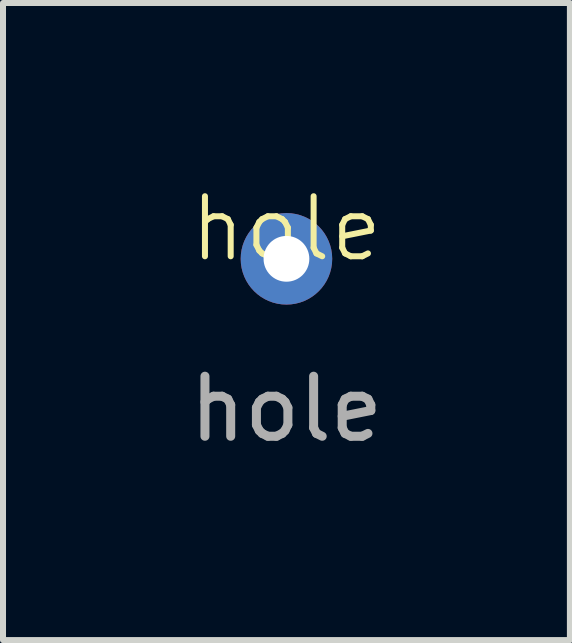
<source format=kicad_pcb>
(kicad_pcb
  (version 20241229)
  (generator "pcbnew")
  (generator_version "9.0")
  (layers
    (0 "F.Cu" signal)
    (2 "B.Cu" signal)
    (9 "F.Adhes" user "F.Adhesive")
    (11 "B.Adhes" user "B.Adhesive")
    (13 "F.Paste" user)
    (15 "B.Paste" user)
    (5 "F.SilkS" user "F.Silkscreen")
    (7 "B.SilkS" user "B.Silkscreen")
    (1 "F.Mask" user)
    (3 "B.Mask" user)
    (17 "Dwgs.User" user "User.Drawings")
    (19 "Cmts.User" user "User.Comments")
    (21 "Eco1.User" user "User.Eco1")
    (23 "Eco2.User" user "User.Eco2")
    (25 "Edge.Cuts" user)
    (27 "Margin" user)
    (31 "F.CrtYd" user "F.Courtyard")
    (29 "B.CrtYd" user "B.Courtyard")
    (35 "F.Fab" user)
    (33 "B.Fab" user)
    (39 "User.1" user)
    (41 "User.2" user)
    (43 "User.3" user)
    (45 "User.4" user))
  (footprint "hole"
    (layer "F.Cu")
    (at 1.72 1.26)
    (property "Reference" "hole" (at 0 -0.5 0) (unlocked yes) (layer "F.SilkS") (effects (font (size 1 1) (thickness 0.1))))
    (fp_text user "${REFERENCE}" (at 0 2.5 0) (unlocked yes) (layer "F.Fab") (effects (font (size 1 1) (thickness 0.15))))
    (pad "" np_thru_hole circle (at 0 0) (size 1.524 1.524) (drill 0.762) (layers "*.Cu" "*.Mask")))
  (gr_rect
    (start -3 -3)
    (end 6.44 7.609)
    (stroke (width 0.1) (type default))
    (fill no)
    (layer "Edge.Cuts")))
</source>
